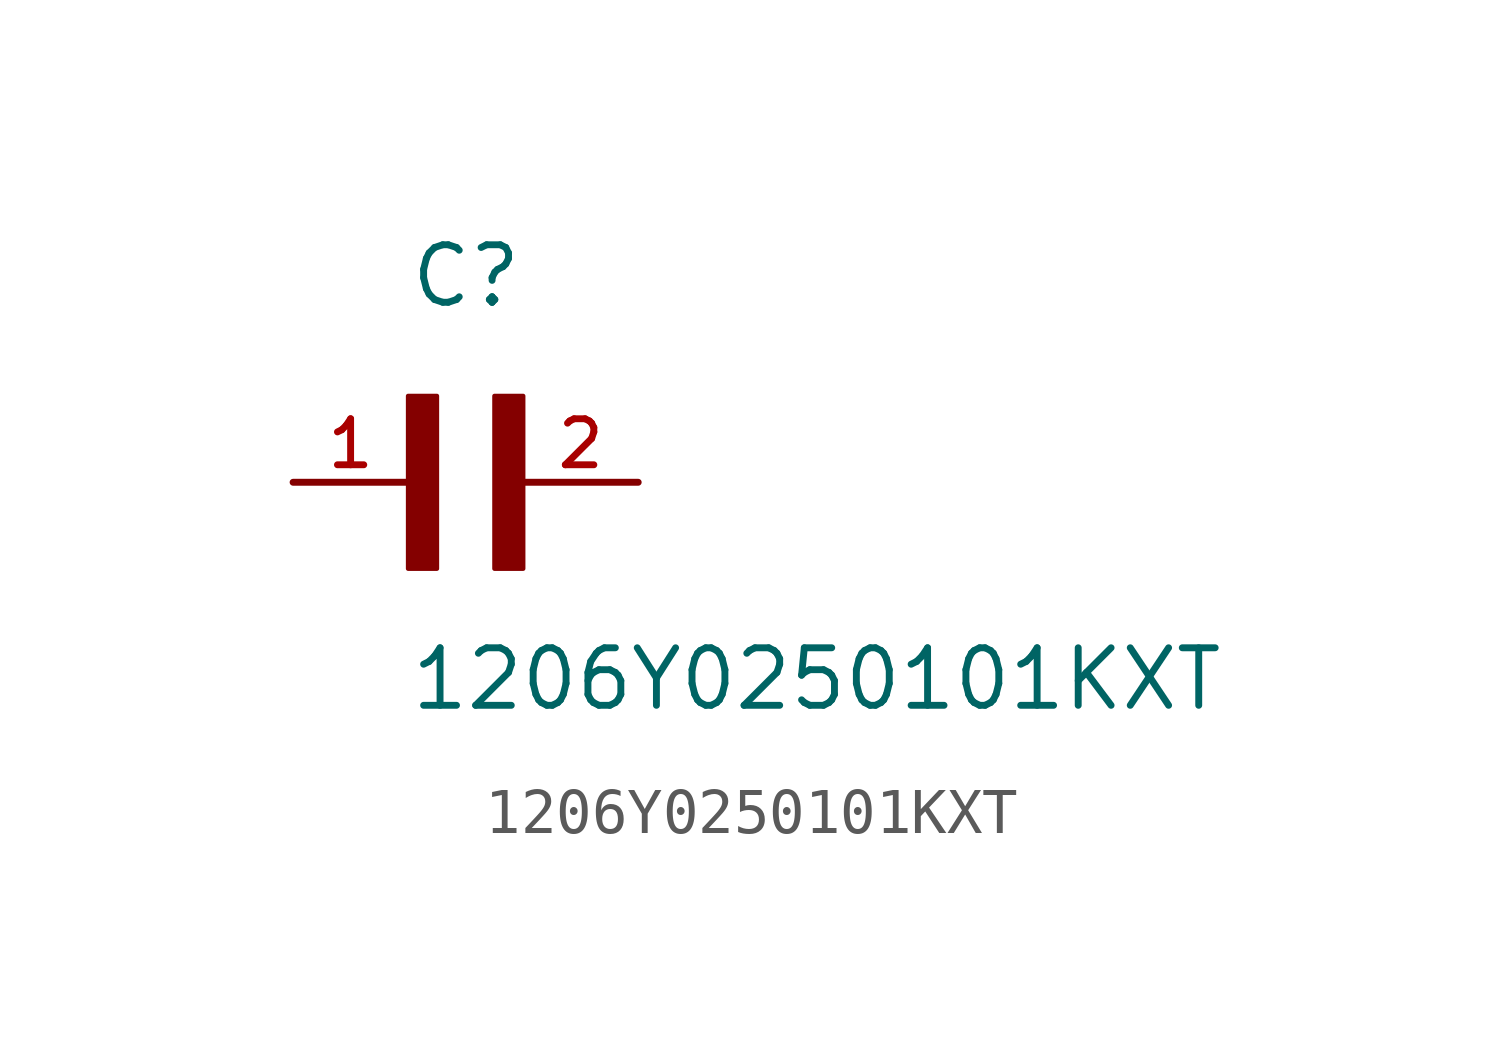
<source format=kicad_sym>
(kicad_symbol_lib
  (version 20211014)
  (generator kicad_symbol_editor)
  (symbol "1206Y0250101KXT"
    (pin_names
      (offset 1.016))
    (property "Reference" "C"
      (at 0.0 3.811 0)
      (effects (font (size 1.27 1.27)) (justify bottom left)))
    (property "Value" "1206Y0250101KXT"
      (at 0.0 -5.088 0)
      (effects (font (size 1.27 1.27)) (justify bottom left)))
    (symbol "1206Y0250101KXT_0_0"
      (rectangle (start 0.0 -1.907) (end 0.635 1.905) (stroke (width 0.1)) (fill (type outline)))
      (rectangle (start 1.907 -1.907) (end 2.54 1.905) (stroke (width 0.1)) (fill (type outline)))
      (pin passive line (at 5.08 0.0 180.0) (length 2.54) (name "~" (effects (font (size 1.016 1.016)))) (number "2" (effects (font (size 1.016 1.016)))))
      (pin passive line (at -2.54 0.0 0) (length 2.54) (name "~" (effects (font (size 1.016 1.016)))) (number "1" (effects (font (size 1.016 1.016))))))))
</source>
